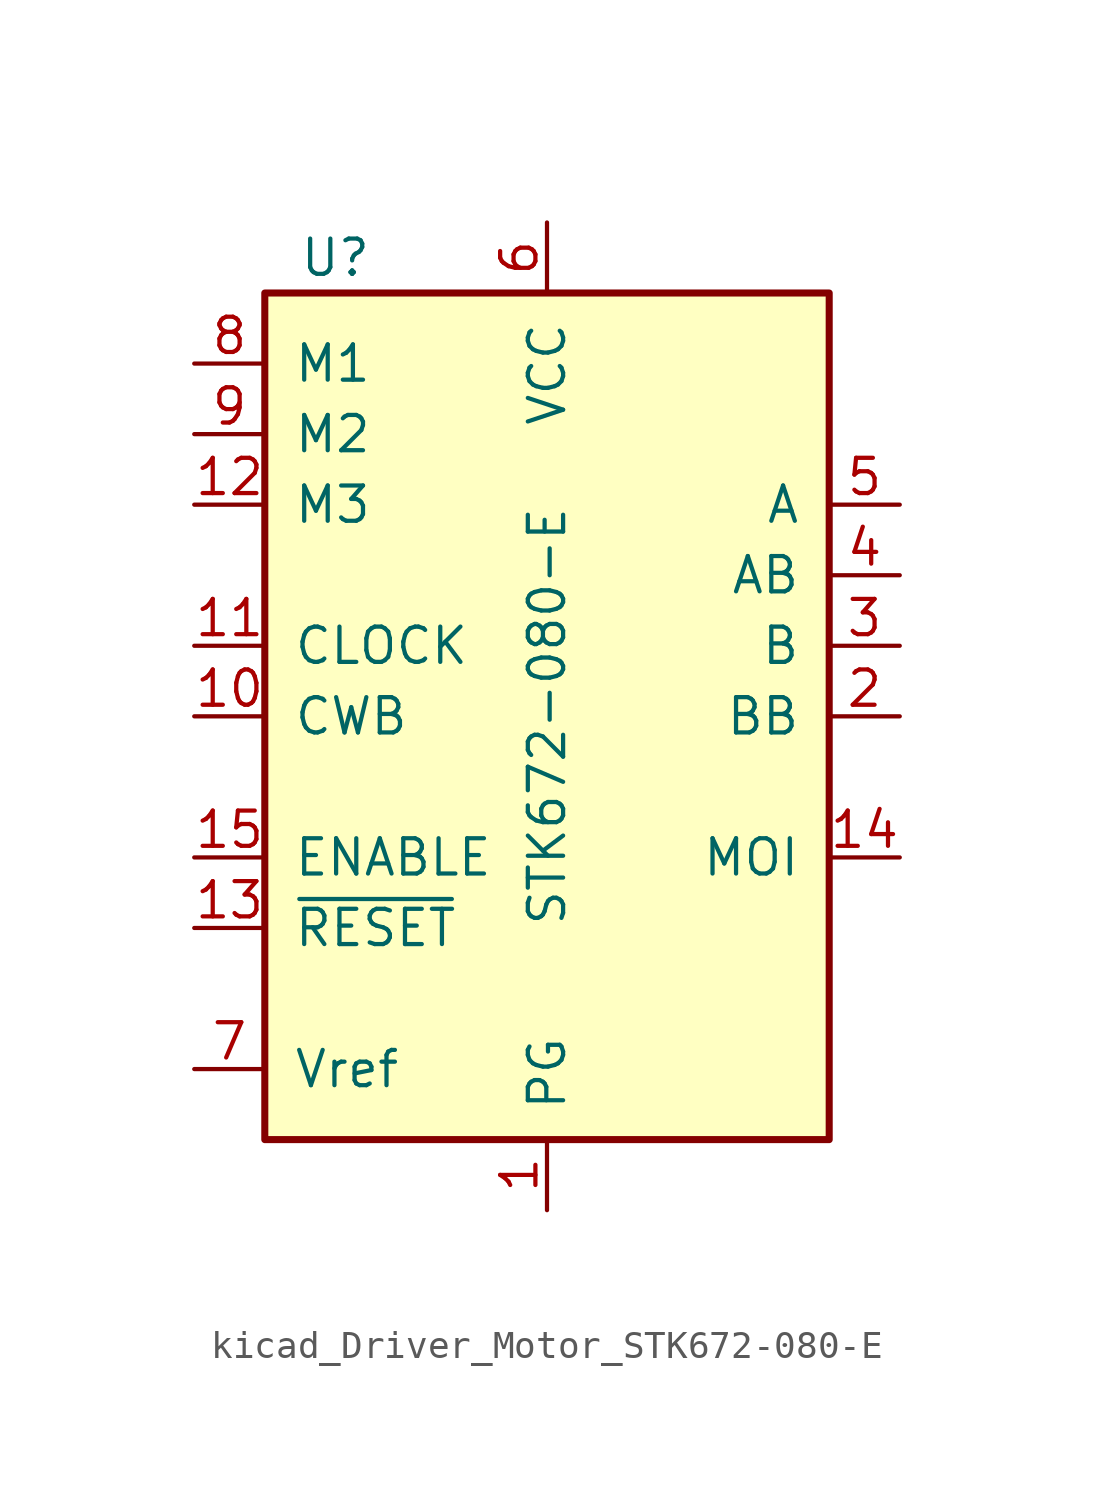
<source format=kicad_sym>
(kicad_symbol_lib
  (version 20220914)
  (generator kicad_symbol_editor)
  (symbol "kicad_Driver_Motor_STK672-080-E"
    (pin_names
      (offset 1.016))
    (property "Reference" "U"
      (at -7.62 16.51 0)
      (effects (font (size 1.27 1.27))))
    (property "Value" "STK672-080-E"
      (at 0 0 90)
      (effects (font (size 1.27 1.27))))
    (symbol "kicad_Driver_Motor_STK672-080-E_0_1"
      (rectangle (start -10.16 15.24) (end 10.16 -15.24) (stroke (width 0.254) (type default)) (fill (type background))))
    (symbol "kicad_Driver_Motor_STK672-080-E_1_1"
      (pin power_in line (at 0 -17.78 90) (length 2.54) (name "PG" (effects (font (size 1.27 1.27)))) (number "1" (effects (font (size 1.27 1.27)))))
      (pin input line (at -12.7 0 0) (length 2.54) (name "CWB" (effects (font (size 1.27 1.27)))) (number "10" (effects (font (size 1.27 1.27)))))
      (pin input line (at -12.7 2.54 0) (length 2.54) (name "CLOCK" (effects (font (size 1.27 1.27)))) (number "11" (effects (font (size 1.27 1.27)))))
      (pin input line (at -12.7 7.62 0) (length 2.54) (name "M3" (effects (font (size 1.27 1.27)))) (number "12" (effects (font (size 1.27 1.27)))))
      (pin input line (at -12.7 -7.62 0) (length 2.54) (name "~{RESET}" (effects (font (size 1.27 1.27)))) (number "13" (effects (font (size 1.27 1.27)))))
      (pin output line (at 12.7 -5.08 180) (length 2.54) (name "MOI" (effects (font (size 1.27 1.27)))) (number "14" (effects (font (size 1.27 1.27)))))
      (pin input line (at -12.7 -5.08 0) (length 2.54) (name "ENABLE" (effects (font (size 1.27 1.27)))) (number "15" (effects (font (size 1.27 1.27)))))
      (pin output line (at 12.7 0 180) (length 2.54) (name "BB" (effects (font (size 1.27 1.27)))) (number "2" (effects (font (size 1.27 1.27)))))
      (pin output line (at 12.7 2.54 180) (length 2.54) (name "B" (effects (font (size 1.27 1.27)))) (number "3" (effects (font (size 1.27 1.27)))))
      (pin output line (at 12.7 5.08 180) (length 2.54) (name "AB" (effects (font (size 1.27 1.27)))) (number "4" (effects (font (size 1.27 1.27)))))
      (pin output line (at 12.7 7.62 180) (length 2.54) (name "A" (effects (font (size 1.27 1.27)))) (number "5" (effects (font (size 1.27 1.27)))))
      (pin power_in line (at 0 17.78 270) (length 2.54) (name "VCC" (effects (font (size 1.27 1.27)))) (number "6" (effects (font (size 1.27 1.27)))))
      (pin input line (at -12.7 -12.7 0) (length 2.54) (name "Vref" (effects (font (size 1.27 1.27)))) (number "7" (effects (font (size 1.27 1.27)))))
      (pin input line (at -12.7 12.7 0) (length 2.54) (name "M1" (effects (font (size 1.27 1.27)))) (number "8" (effects (font (size 1.27 1.27)))))
      (pin input line (at -12.7 10.16 0) (length 2.54) (name "M2" (effects (font (size 1.27 1.27)))) (number "9" (effects (font (size 1.27 1.27))))))))
</source>
